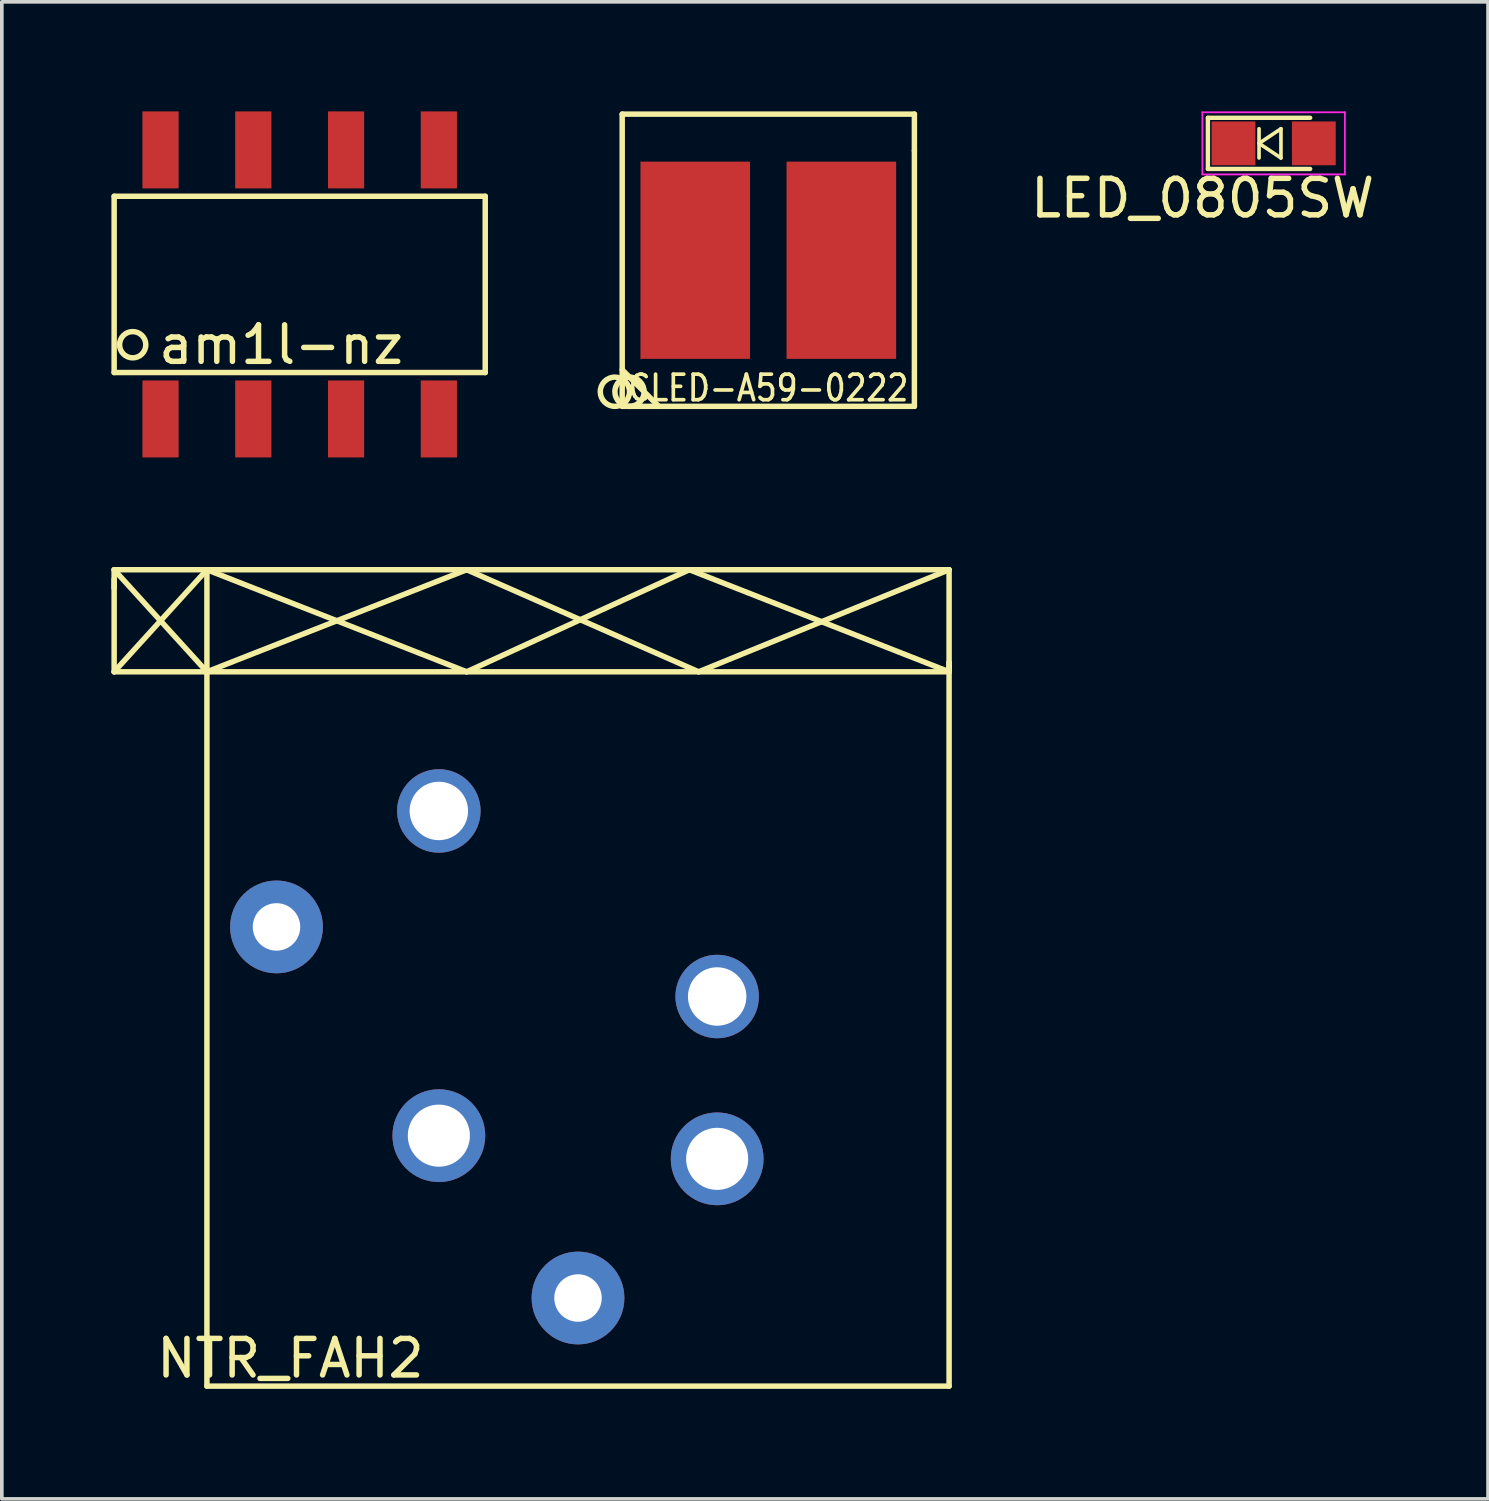
<source format=kicad_pcb>
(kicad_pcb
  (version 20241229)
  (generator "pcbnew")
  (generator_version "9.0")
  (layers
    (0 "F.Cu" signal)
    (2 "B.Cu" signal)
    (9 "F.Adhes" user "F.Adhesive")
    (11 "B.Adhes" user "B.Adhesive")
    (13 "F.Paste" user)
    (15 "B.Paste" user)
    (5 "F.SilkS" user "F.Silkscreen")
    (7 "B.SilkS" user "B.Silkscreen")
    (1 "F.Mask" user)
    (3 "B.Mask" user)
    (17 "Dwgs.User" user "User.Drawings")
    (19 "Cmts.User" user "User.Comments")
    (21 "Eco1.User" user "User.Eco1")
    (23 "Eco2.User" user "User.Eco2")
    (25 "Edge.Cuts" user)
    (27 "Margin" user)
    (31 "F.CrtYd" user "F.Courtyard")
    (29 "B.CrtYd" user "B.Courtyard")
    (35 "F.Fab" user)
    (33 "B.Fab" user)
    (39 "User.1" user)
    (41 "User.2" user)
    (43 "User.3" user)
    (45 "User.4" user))
  (footprint "CLED-A59-0222"
    (layer "F.Cu")
    (at 15.985 4.075)
    (property "Reference" "CLED-A59-0222" (at 2 3.5 0) (layer "F.SilkS") (effects (font (size 0.7 0.6) (thickness 0.1))))
    (attr through_hole)
    (fp_line (start -2 -4) (end -2 4) (stroke (width 0.15) (type solid)) (layer "F.SilkS"))
    (fp_line (start -2 3) (end -1 4) (stroke (width 0.15) (type solid)) (layer "F.SilkS"))
    (fp_line (start -2 4) (end 6 4) (stroke (width 0.15) (type solid)) (layer "F.SilkS"))
    (fp_line (start 6 -4) (end -2 -4) (stroke (width 0.15) (type solid)) (layer "F.SilkS"))
    (fp_line (start 6 -3) (end 6 -4) (stroke (width 0.15) (type solid)) (layer "F.SilkS"))
    (fp_line (start 6 4) (end 6 -3) (stroke (width 0.15) (type solid)) (layer "F.SilkS"))
    (fp_circle (center -2.2 3.6) (end -1.8 3.6) (stroke (width 0.15) (type solid)) (fill no) (layer "F.SilkS"))
    (fp_circle (center -1.8 3.6) (end -1.4 3.6) (stroke (width 0.15) (type solid)) (fill no) (layer "F.SilkS"))
    (pad "1" smd rect (at 0 0) (size 3 5.4) (layers "F.Cu" "F.Mask" "F.Paste"))
    (pad "2" smd rect (at 4 0) (size 3 5.4) (layers "F.Cu" "F.Mask" "F.Paste")))
  (footprint "NTR_FAH2"
    (layer "F.Cu")
    (at 12.775 15.343)
    (property "Reference" "NTR_FAH2" (at -7.874 18.796 0) (layer "F.SilkS") (effects (font (size 1 1) (thickness 0.15))))
    (attr through_hole)
    (fp_line (start -12.7 -2.794) (end -12.7 -2.286) (stroke (width 0.15) (type solid)) (layer "F.SilkS"))
    (fp_line (start -12.7 -2.794) (end -10.16 0) (stroke (width 0.15) (type solid)) (layer "F.SilkS"))
    (fp_line (start -12.7 0) (end -12.7 -2.54) (stroke (width 0.15) (type solid)) (layer "F.SilkS"))
    (fp_line (start -10.16 -2.794) (end -12.7 -2.794) (stroke (width 0.15) (type solid)) (layer "F.SilkS"))
    (fp_line (start -10.16 -2.794) (end -12.7 0) (stroke (width 0.15) (type solid)) (layer "F.SilkS"))
    (fp_line (start -10.16 -2.794) (end 10.16 -2.794) (stroke (width 0.15) (type solid)) (layer "F.SilkS"))
    (fp_line (start -10.16 0) (end -12.7 0) (stroke (width 0.15) (type solid)) (layer "F.SilkS"))
    (fp_line (start -10.16 0) (end -10.16 -2.794) (stroke (width 0.15) (type solid)) (layer "F.SilkS"))
    (fp_line (start -10.16 0) (end -10.16 19.558) (stroke (width 0.15) (type solid)) (layer "F.SilkS"))
    (fp_line (start -10.16 0) (end -3.048 -2.794) (stroke (width 0.15) (type solid)) (layer "F.SilkS"))
    (fp_line (start -10.16 19.558) (end 10.16 19.558) (stroke (width 0.15) (type solid)) (layer "F.SilkS"))
    (fp_line (start -3.048 -2.794) (end 3.302 0) (stroke (width 0.15) (type solid)) (layer "F.SilkS"))
    (fp_line (start -3.048 0) (end -10.16 -2.794) (stroke (width 0.15) (type solid)) (layer "F.SilkS"))
    (fp_line (start 3.048 -2.794) (end -3.048 0) (stroke (width 0.15) (type solid)) (layer "F.SilkS"))
    (fp_line (start 3.302 0) (end 10.16 -2.794) (stroke (width 0.15) (type solid)) (layer "F.SilkS"))
    (fp_line (start 10.16 -2.794) (end 10.16 0) (stroke (width 0.15) (type solid)) (layer "F.SilkS"))
    (fp_line (start 10.16 -0.254) (end 10.16 0) (stroke (width 0.15) (type solid)) (layer "F.SilkS"))
    (fp_line (start 10.16 0) (end -10.16 0) (stroke (width 0.15) (type solid)) (layer "F.SilkS"))
    (fp_line (start 10.16 0) (end 3.048 -2.794) (stroke (width 0.15) (type solid)) (layer "F.SilkS"))
    (fp_line (start 10.16 0) (end 10.16 -0.254) (stroke (width 0.15) (type solid)) (layer "F.SilkS"))
    (fp_line (start 10.16 19.558) (end 10.16 0) (stroke (width 0.15) (type solid)) (layer "F.SilkS"))
    (pad "" np_thru_hole circle (at -3.81 3.81) (size 2.286 2.286) (drill 1.6) (layers "*.Cu" "*.Mask"))
    (pad "" np_thru_hole circle (at 3.81 8.89) (size 2.286 2.286) (drill 1.6) (layers "*.Cu" "*.Mask"))
    (pad "1" thru_hole circle (at -3.81 12.7) (size 2.54 2.54) (drill 1.7) (layers "*.Cu" "*.Mask"))
    (pad "2" thru_hole circle (at 3.81 13.335) (size 2.54 2.54) (drill 1.7) (layers "*.Cu" "*.Mask"))
    (pad "3" thru_hole circle (at 0 17.145) (size 2.54 2.54) (drill 1.3) (layers "*.Cu" "*.Mask"))
    (pad "G" thru_hole circle (at -8.255 6.985) (size 2.54 2.54) (drill 1.3) (layers "*.Cu" "*.Mask")))
  (footprint "am1l-nz"
    (layer "F.Cu")
    (at 5.155 5.118)
    (property "Reference" "am1l-nz" (at -0.508 1.27 0) (layer "F.SilkS") (effects (font (size 1 1) (thickness 0.15))))
    (attr through_hole)
    (fp_line (start -5.08 -2.794) (end 5.08 -2.794) (stroke (width 0.15) (type solid)) (layer "F.SilkS"))
    (fp_line (start -5.08 2.032) (end -5.08 -2.794) (stroke (width 0.15) (type solid)) (layer "F.SilkS"))
    (fp_line (start 5.08 -2.794) (end 5.08 2.032) (stroke (width 0.15) (type solid)) (layer "F.SilkS"))
    (fp_line (start 5.08 2.032) (end -5.08 2.032) (stroke (width 0.15) (type solid)) (layer "F.SilkS"))
    (fp_circle (center -4.572 1.27) (end -4.318 1.016) (stroke (width 0.15) (type solid)) (fill no) (layer "F.SilkS"))
    (pad "1" smd rect (at -3.81 3.302) (size 0.991 2.108) (layers "F.Cu" "F.Mask" "F.Paste"))
    (pad "2" smd rect (at -1.27 3.302) (size 0.991 2.108) (layers "F.Cu" "F.Mask" "F.Paste"))
    (pad "3" smd rect (at 1.27 3.302) (size 0.991 2.108) (layers "F.Cu" "F.Mask" "F.Paste"))
    (pad "4" smd rect (at 3.81 3.302) (size 0.991 2.108) (layers "F.Cu" "F.Mask" "F.Paste"))
    (pad "5" smd rect (at 3.81 -4.064) (size 0.991 2.108) (layers "F.Cu" "F.Mask" "F.Paste"))
    (pad "6" smd rect (at 1.27 -4.064) (size 0.991 2.108) (layers "F.Cu" "F.Mask" "F.Paste"))
    (pad "7" smd rect (at -1.27 -4.064) (size 0.991 2.108) (layers "F.Cu" "F.Mask" "F.Paste"))
    (pad "8" smd rect (at -3.81 -4.064) (size 0.991 2.108) (layers "F.Cu" "F.Mask" "F.Paste")))
  (footprint "LED_0805SW"
    (layer "F.Cu")
    (at 31.821 0.875)
    (property "Reference" "LED_0805SW" (at -1.946 1.502 180) (layer "F.SilkS") (effects (font (size 1 1) (thickness 0.15))))
    (attr smd)
    (fp_line (start -1.8 -0.7) (end -1.8 0.7) (stroke (width 0.12) (type solid)) (layer "F.SilkS"))
    (fp_line (start -1.8 -0.7) (end 1 -0.7) (stroke (width 0.12) (type solid)) (layer "F.SilkS"))
    (fp_line (start -1.8 0.7) (end 1 0.7) (stroke (width 0.12) (type solid)) (layer "F.SilkS"))
    (fp_line (start -0.4 -0.4) (end -0.4 0.4) (stroke (width 0.1) (type solid)) (layer "F.SilkS"))
    (fp_line (start -0.4 0) (end 0.2 -0.4) (stroke (width 0.1) (type solid)) (layer "F.SilkS"))
    (fp_line (start 0.2 -0.4) (end 0.2 0.4) (stroke (width 0.1) (type solid)) (layer "F.SilkS"))
    (fp_line (start 0.2 0.4) (end -0.4 0) (stroke (width 0.1) (type solid)) (layer "F.SilkS"))
    (fp_line (start -1.95 -0.85) (end 1.95 -0.85) (stroke (width 0.05) (type solid)) (layer "F.CrtYd"))
    (fp_line (start -1.95 0.85) (end -1.95 -0.85) (stroke (width 0.05) (type solid)) (layer "F.CrtYd"))
    (fp_line (start 1.95 -0.85) (end 1.95 0.85) (stroke (width 0.05) (type solid)) (layer "F.CrtYd"))
    (fp_line (start 1.95 0.85) (end -1.95 0.85) (stroke (width 0.05) (type solid)) (layer "F.CrtYd"))
    (pad "1" smd rect (at -1.1 0 180) (size 1.2 1.2) (layers "F.Cu" "F.Mask" "F.Paste"))
    (pad "2" smd rect (at 1.1 0 180) (size 1.2 1.2) (layers "F.Cu" "F.Mask" "F.Paste")))
  (gr_rect
    (start -3 -3)
    (end 37.691 37.987)
    (stroke (width 0.1) (type default))
    (fill no)
    (layer "Edge.Cuts")))
</source>
